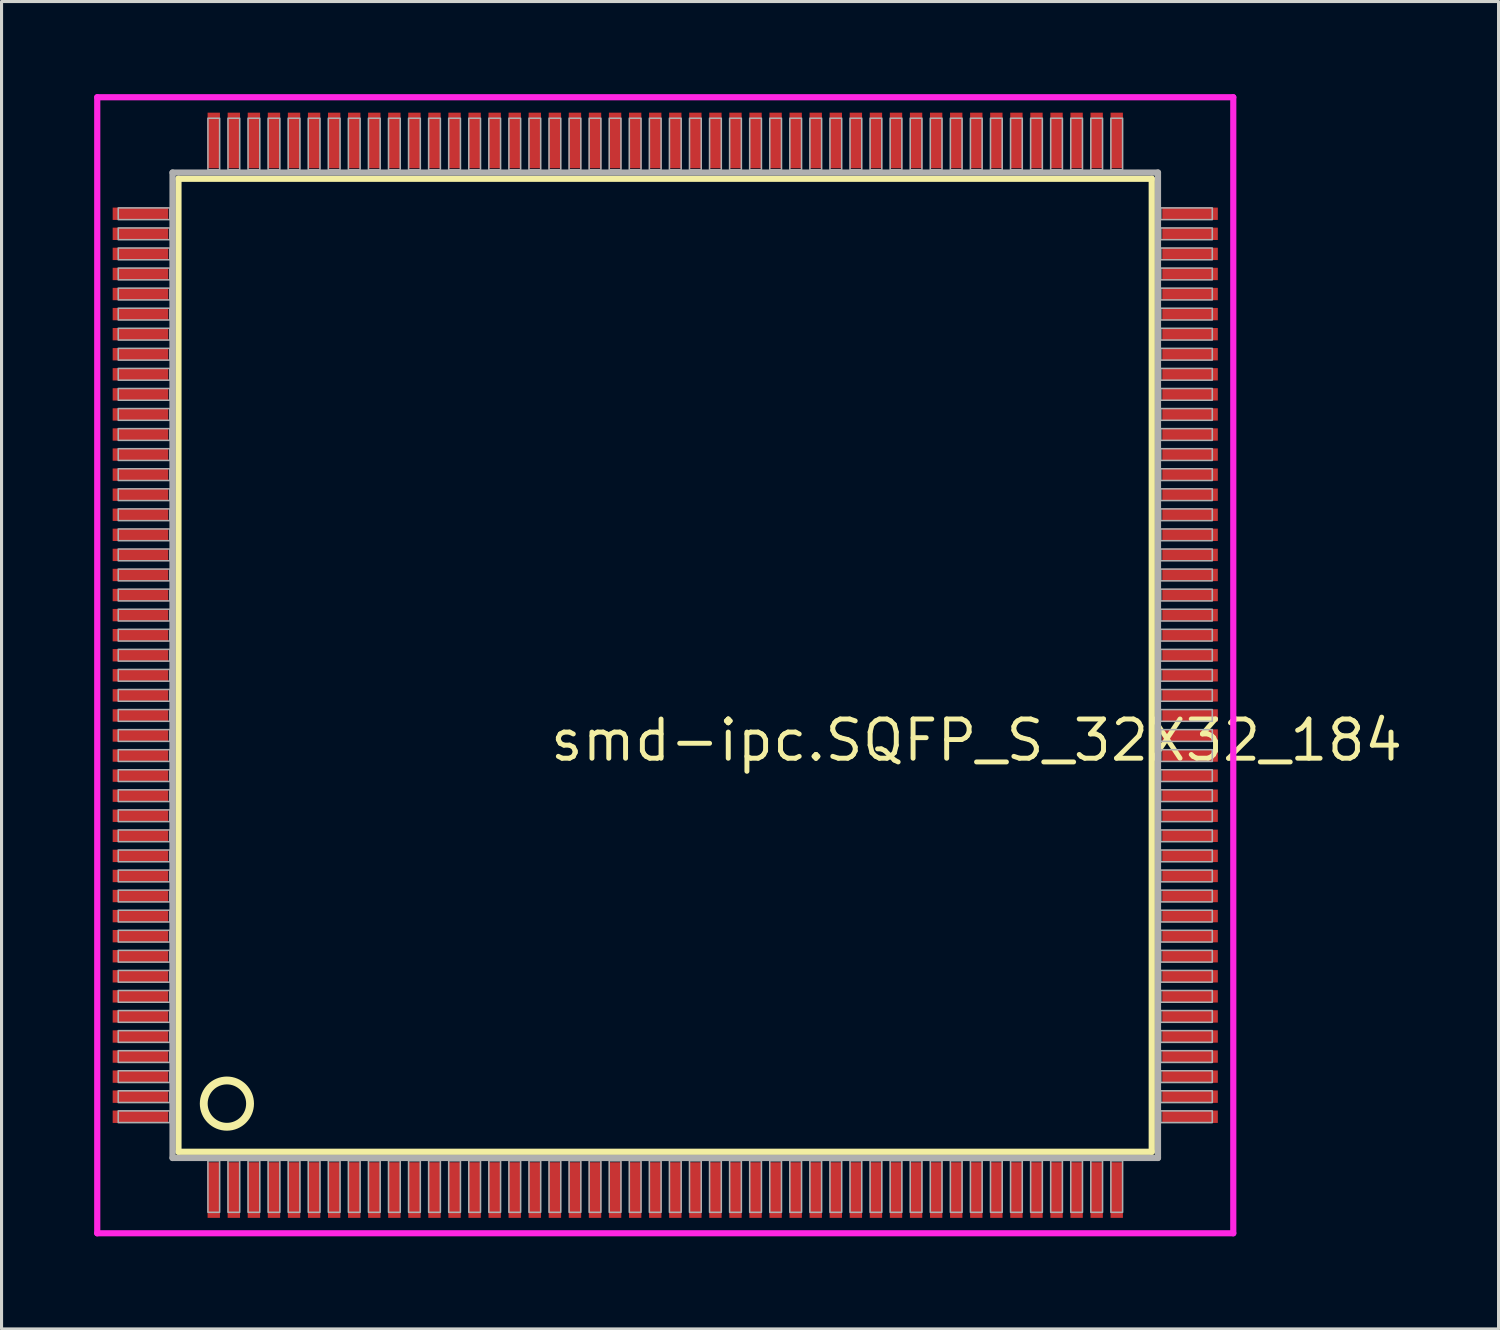
<source format=kicad_pcb>
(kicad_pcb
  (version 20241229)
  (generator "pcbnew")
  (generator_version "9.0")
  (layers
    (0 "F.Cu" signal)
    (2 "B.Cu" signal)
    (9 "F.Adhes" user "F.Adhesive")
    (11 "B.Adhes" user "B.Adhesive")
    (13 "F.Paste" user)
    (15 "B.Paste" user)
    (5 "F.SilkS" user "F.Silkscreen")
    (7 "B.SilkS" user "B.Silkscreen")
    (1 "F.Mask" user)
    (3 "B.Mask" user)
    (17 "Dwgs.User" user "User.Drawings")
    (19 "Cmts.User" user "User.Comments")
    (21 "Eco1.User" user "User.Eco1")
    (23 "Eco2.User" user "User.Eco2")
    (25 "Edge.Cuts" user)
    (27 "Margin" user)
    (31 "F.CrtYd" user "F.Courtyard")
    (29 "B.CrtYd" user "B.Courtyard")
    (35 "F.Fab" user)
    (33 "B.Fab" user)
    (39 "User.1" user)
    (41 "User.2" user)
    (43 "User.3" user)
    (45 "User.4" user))
  (footprint "smd-ipc.SQFP_S_32X32_184"
    (layer "F.Cu")
    (at 18.5 18.5)
    (property "Reference" "smd-ipc.SQFP_S_32X32_184" (at -3.81 3.175 0) (layer "F.SilkS") (effects (font (size 1.27 1.27) (thickness 0.16)) (justify left bottom)))
    (attr smd)
    (fp_line (start -15.77 -15.76) (end 15.76 -15.76) (stroke (width 0.203) (type default)) (layer "F.SilkS"))
    (fp_line (start -15.77 15.76) (end -15.77 -15.76) (stroke (width 0.203) (type default)) (layer "F.SilkS"))
    (fp_line (start 15.76 -15.76) (end 15.76 15.76) (stroke (width 0.203) (type default)) (layer "F.SilkS"))
    (fp_line (start 15.76 15.76) (end -15.77 15.76) (stroke (width 0.203) (type default)) (layer "F.SilkS"))
    (fp_circle (center -14.2 14.2) (end -13.45 14.2) (stroke (width 0.254) (type default)) (fill no) (layer "F.SilkS"))
    (fp_line (start -18.4 -18.4) (end 18.4 -18.4) (stroke (width 0.2) (type default)) (layer "F.CrtYd"))
    (fp_line (start -18.4 18.4) (end -18.4 -18.4) (stroke (width 0.2) (type default)) (layer "F.CrtYd"))
    (fp_line (start 18.4 -18.4) (end 18.4 18.4) (stroke (width 0.2) (type default)) (layer "F.CrtYd"))
    (fp_line (start 18.4 18.4) (end -18.4 18.4) (stroke (width 0.2) (type default)) (layer "F.CrtYd"))
    (fp_line (start -15.96 -15.96) (end -15.96 15.96) (stroke (width 0.203) (type default)) (layer "F.Fab"))
    (fp_line (start -15.96 15.96) (end 15.96 15.96) (stroke (width 0.203) (type default)) (layer "F.Fab"))
    (fp_line (start 15.96 -15.96) (end -15.96 -15.96) (stroke (width 0.203) (type default)) (layer "F.Fab"))
    (fp_line (start 15.96 15.96) (end 15.96 -15.96) (stroke (width 0.203) (type default)) (layer "F.Fab"))
    (fp_rect (start -17.72 -14.435) (end -16.05 -14.815) (stroke (width 0.05) (type default)) (fill no) (layer "F.Fab"))
    (fp_rect (start -17.72 -13.785) (end -16.05 -14.165) (stroke (width 0.05) (type default)) (fill no) (layer "F.Fab"))
    (fp_rect (start -17.72 -13.135) (end -16.05 -13.515) (stroke (width 0.05) (type default)) (fill no) (layer "F.Fab"))
    (fp_rect (start -17.72 -12.485) (end -16.05 -12.865) (stroke (width 0.05) (type default)) (fill no) (layer "F.Fab"))
    (fp_rect (start -17.72 -11.835) (end -16.05 -12.215) (stroke (width 0.05) (type default)) (fill no) (layer "F.Fab"))
    (fp_rect (start -17.72 -11.185) (end -16.05 -11.565) (stroke (width 0.05) (type default)) (fill no) (layer "F.Fab"))
    (fp_rect (start -17.72 -10.535) (end -16.05 -10.915) (stroke (width 0.05) (type default)) (fill no) (layer "F.Fab"))
    (fp_rect (start -17.72 -9.885) (end -16.05 -10.265) (stroke (width 0.05) (type default)) (fill no) (layer "F.Fab"))
    (fp_rect (start -17.72 -9.235) (end -16.05 -9.615) (stroke (width 0.05) (type default)) (fill no) (layer "F.Fab"))
    (fp_rect (start -17.72 -8.585) (end -16.05 -8.965) (stroke (width 0.05) (type default)) (fill no) (layer "F.Fab"))
    (fp_rect (start -17.72 -7.935) (end -16.05 -8.315) (stroke (width 0.05) (type default)) (fill no) (layer "F.Fab"))
    (fp_rect (start -17.72 -7.285) (end -16.05 -7.665) (stroke (width 0.05) (type default)) (fill no) (layer "F.Fab"))
    (fp_rect (start -17.72 -6.635) (end -16.05 -7.015) (stroke (width 0.05) (type default)) (fill no) (layer "F.Fab"))
    (fp_rect (start -17.72 -5.985) (end -16.05 -6.365) (stroke (width 0.05) (type default)) (fill no) (layer "F.Fab"))
    (fp_rect (start -17.72 -5.335) (end -16.05 -5.715) (stroke (width 0.05) (type default)) (fill no) (layer "F.Fab"))
    (fp_rect (start -17.72 -4.685) (end -16.05 -5.065) (stroke (width 0.05) (type default)) (fill no) (layer "F.Fab"))
    (fp_rect (start -17.72 -4.035) (end -16.05 -4.415) (stroke (width 0.05) (type default)) (fill no) (layer "F.Fab"))
    (fp_rect (start -17.72 -3.385) (end -16.05 -3.765) (stroke (width 0.05) (type default)) (fill no) (layer "F.Fab"))
    (fp_rect (start -17.72 -2.735) (end -16.05 -3.115) (stroke (width 0.05) (type default)) (fill no) (layer "F.Fab"))
    (fp_rect (start -17.72 -2.085) (end -16.05 -2.465) (stroke (width 0.05) (type default)) (fill no) (layer "F.Fab"))
    (fp_rect (start -17.72 -1.435) (end -16.05 -1.815) (stroke (width 0.05) (type default)) (fill no) (layer "F.Fab"))
    (fp_rect (start -17.72 -0.785) (end -16.05 -1.165) (stroke (width 0.05) (type default)) (fill no) (layer "F.Fab"))
    (fp_rect (start -17.72 -0.135) (end -16.05 -0.515) (stroke (width 0.05) (type default)) (fill no) (layer "F.Fab"))
    (fp_rect (start -17.72 0.515) (end -16.05 0.135) (stroke (width 0.05) (type default)) (fill no) (layer "F.Fab"))
    (fp_rect (start -17.72 1.165) (end -16.05 0.785) (stroke (width 0.05) (type default)) (fill no) (layer "F.Fab"))
    (fp_rect (start -17.72 1.815) (end -16.05 1.435) (stroke (width 0.05) (type default)) (fill no) (layer "F.Fab"))
    (fp_rect (start -17.72 2.465) (end -16.05 2.085) (stroke (width 0.05) (type default)) (fill no) (layer "F.Fab"))
    (fp_rect (start -17.72 3.115) (end -16.05 2.735) (stroke (width 0.05) (type default)) (fill no) (layer "F.Fab"))
    (fp_rect (start -17.72 3.765) (end -16.05 3.385) (stroke (width 0.05) (type default)) (fill no) (layer "F.Fab"))
    (fp_rect (start -17.72 4.415) (end -16.05 4.035) (stroke (width 0.05) (type default)) (fill no) (layer "F.Fab"))
    (fp_rect (start -17.72 5.065) (end -16.05 4.685) (stroke (width 0.05) (type default)) (fill no) (layer "F.Fab"))
    (fp_rect (start -17.72 5.715) (end -16.05 5.335) (stroke (width 0.05) (type default)) (fill no) (layer "F.Fab"))
    (fp_rect (start -17.72 6.365) (end -16.05 5.985) (stroke (width 0.05) (type default)) (fill no) (layer "F.Fab"))
    (fp_rect (start -17.72 7.015) (end -16.05 6.635) (stroke (width 0.05) (type default)) (fill no) (layer "F.Fab"))
    (fp_rect (start -17.72 7.665) (end -16.05 7.285) (stroke (width 0.05) (type default)) (fill no) (layer "F.Fab"))
    (fp_rect (start -17.72 8.315) (end -16.05 7.935) (stroke (width 0.05) (type default)) (fill no) (layer "F.Fab"))
    (fp_rect (start -17.72 8.965) (end -16.05 8.585) (stroke (width 0.05) (type default)) (fill no) (layer "F.Fab"))
    (fp_rect (start -17.72 9.615) (end -16.05 9.235) (stroke (width 0.05) (type default)) (fill no) (layer "F.Fab"))
    (fp_rect (start -17.72 10.265) (end -16.05 9.885) (stroke (width 0.05) (type default)) (fill no) (layer "F.Fab"))
    (fp_rect (start -17.72 10.915) (end -16.05 10.535) (stroke (width 0.05) (type default)) (fill no) (layer "F.Fab"))
    (fp_rect (start -17.72 11.565) (end -16.05 11.185) (stroke (width 0.05) (type default)) (fill no) (layer "F.Fab"))
    (fp_rect (start -17.72 12.215) (end -16.05 11.835) (stroke (width 0.05) (type default)) (fill no) (layer "F.Fab"))
    (fp_rect (start -17.72 12.865) (end -16.05 12.485) (stroke (width 0.05) (type default)) (fill no) (layer "F.Fab"))
    (fp_rect (start -17.72 13.515) (end -16.05 13.135) (stroke (width 0.05) (type default)) (fill no) (layer "F.Fab"))
    (fp_rect (start -17.72 14.165) (end -16.05 13.785) (stroke (width 0.05) (type default)) (fill no) (layer "F.Fab"))
    (fp_rect (start -17.72 14.815) (end -16.05 14.435) (stroke (width 0.05) (type default)) (fill no) (layer "F.Fab"))
    (fp_rect (start -14.815 -16.05) (end -14.435 -17.72) (stroke (width 0.05) (type default)) (fill no) (layer "F.Fab"))
    (fp_rect (start -14.815 17.72) (end -14.435 16.05) (stroke (width 0.05) (type default)) (fill no) (layer "F.Fab"))
    (fp_rect (start -14.165 -16.05) (end -13.785 -17.72) (stroke (width 0.05) (type default)) (fill no) (layer "F.Fab"))
    (fp_rect (start -14.165 17.72) (end -13.785 16.05) (stroke (width 0.05) (type default)) (fill no) (layer "F.Fab"))
    (fp_rect (start -13.515 -16.05) (end -13.135 -17.72) (stroke (width 0.05) (type default)) (fill no) (layer "F.Fab"))
    (fp_rect (start -13.515 17.72) (end -13.135 16.05) (stroke (width 0.05) (type default)) (fill no) (layer "F.Fab"))
    (fp_rect (start -12.865 -16.05) (end -12.485 -17.72) (stroke (width 0.05) (type default)) (fill no) (layer "F.Fab"))
    (fp_rect (start -12.865 17.72) (end -12.485 16.05) (stroke (width 0.05) (type default)) (fill no) (layer "F.Fab"))
    (fp_rect (start -12.215 -16.05) (end -11.835 -17.72) (stroke (width 0.05) (type default)) (fill no) (layer "F.Fab"))
    (fp_rect (start -12.215 17.72) (end -11.835 16.05) (stroke (width 0.05) (type default)) (fill no) (layer "F.Fab"))
    (fp_rect (start -11.565 -16.05) (end -11.185 -17.72) (stroke (width 0.05) (type default)) (fill no) (layer "F.Fab"))
    (fp_rect (start -11.565 17.72) (end -11.185 16.05) (stroke (width 0.05) (type default)) (fill no) (layer "F.Fab"))
    (fp_rect (start -10.915 -16.05) (end -10.535 -17.72) (stroke (width 0.05) (type default)) (fill no) (layer "F.Fab"))
    (fp_rect (start -10.915 17.72) (end -10.535 16.05) (stroke (width 0.05) (type default)) (fill no) (layer "F.Fab"))
    (fp_rect (start -10.265 -16.05) (end -9.885 -17.72) (stroke (width 0.05) (type default)) (fill no) (layer "F.Fab"))
    (fp_rect (start -10.265 17.72) (end -9.885 16.05) (stroke (width 0.05) (type default)) (fill no) (layer "F.Fab"))
    (fp_rect (start -9.615 -16.05) (end -9.235 -17.72) (stroke (width 0.05) (type default)) (fill no) (layer "F.Fab"))
    (fp_rect (start -9.615 17.72) (end -9.235 16.05) (stroke (width 0.05) (type default)) (fill no) (layer "F.Fab"))
    (fp_rect (start -8.965 -16.05) (end -8.585 -17.72) (stroke (width 0.05) (type default)) (fill no) (layer "F.Fab"))
    (fp_rect (start -8.965 17.72) (end -8.585 16.05) (stroke (width 0.05) (type default)) (fill no) (layer "F.Fab"))
    (fp_rect (start -8.315 -16.05) (end -7.935 -17.72) (stroke (width 0.05) (type default)) (fill no) (layer "F.Fab"))
    (fp_rect (start -8.315 17.72) (end -7.935 16.05) (stroke (width 0.05) (type default)) (fill no) (layer "F.Fab"))
    (fp_rect (start -7.665 -16.05) (end -7.285 -17.72) (stroke (width 0.05) (type default)) (fill no) (layer "F.Fab"))
    (fp_rect (start -7.665 17.72) (end -7.285 16.05) (stroke (width 0.05) (type default)) (fill no) (layer "F.Fab"))
    (fp_rect (start -7.015 -16.05) (end -6.635 -17.72) (stroke (width 0.05) (type default)) (fill no) (layer "F.Fab"))
    (fp_rect (start -7.015 17.72) (end -6.635 16.05) (stroke (width 0.05) (type default)) (fill no) (layer "F.Fab"))
    (fp_rect (start -6.365 -16.05) (end -5.985 -17.72) (stroke (width 0.05) (type default)) (fill no) (layer "F.Fab"))
    (fp_rect (start -6.365 17.72) (end -5.985 16.05) (stroke (width 0.05) (type default)) (fill no) (layer "F.Fab"))
    (fp_rect (start -5.715 -16.05) (end -5.335 -17.72) (stroke (width 0.05) (type default)) (fill no) (layer "F.Fab"))
    (fp_rect (start -5.715 17.72) (end -5.335 16.05) (stroke (width 0.05) (type default)) (fill no) (layer "F.Fab"))
    (fp_rect (start -5.065 -16.05) (end -4.685 -17.72) (stroke (width 0.05) (type default)) (fill no) (layer "F.Fab"))
    (fp_rect (start -5.065 17.72) (end -4.685 16.05) (stroke (width 0.05) (type default)) (fill no) (layer "F.Fab"))
    (fp_rect (start -4.415 -16.05) (end -4.035 -17.72) (stroke (width 0.05) (type default)) (fill no) (layer "F.Fab"))
    (fp_rect (start -4.415 17.72) (end -4.035 16.05) (stroke (width 0.05) (type default)) (fill no) (layer "F.Fab"))
    (fp_rect (start -3.765 -16.05) (end -3.385 -17.72) (stroke (width 0.05) (type default)) (fill no) (layer "F.Fab"))
    (fp_rect (start -3.765 17.72) (end -3.385 16.05) (stroke (width 0.05) (type default)) (fill no) (layer "F.Fab"))
    (fp_rect (start -3.115 -16.05) (end -2.735 -17.72) (stroke (width 0.05) (type default)) (fill no) (layer "F.Fab"))
    (fp_rect (start -3.115 17.72) (end -2.735 16.05) (stroke (width 0.05) (type default)) (fill no) (layer "F.Fab"))
    (fp_rect (start -2.465 -16.05) (end -2.085 -17.72) (stroke (width 0.05) (type default)) (fill no) (layer "F.Fab"))
    (fp_rect (start -2.465 17.72) (end -2.085 16.05) (stroke (width 0.05) (type default)) (fill no) (layer "F.Fab"))
    (fp_rect (start -1.815 -16.05) (end -1.435 -17.72) (stroke (width 0.05) (type default)) (fill no) (layer "F.Fab"))
    (fp_rect (start -1.815 17.72) (end -1.435 16.05) (stroke (width 0.05) (type default)) (fill no) (layer "F.Fab"))
    (fp_rect (start -1.165 -16.05) (end -0.785 -17.72) (stroke (width 0.05) (type default)) (fill no) (layer "F.Fab"))
    (fp_rect (start -1.165 17.72) (end -0.785 16.05) (stroke (width 0.05) (type default)) (fill no) (layer "F.Fab"))
    (fp_rect (start -0.515 -16.05) (end -0.135 -17.72) (stroke (width 0.05) (type default)) (fill no) (layer "F.Fab"))
    (fp_rect (start -0.515 17.72) (end -0.135 16.05) (stroke (width 0.05) (type default)) (fill no) (layer "F.Fab"))
    (fp_rect (start 0.135 -16.05) (end 0.515 -17.72) (stroke (width 0.05) (type default)) (fill no) (layer "F.Fab"))
    (fp_rect (start 0.135 17.72) (end 0.515 16.05) (stroke (width 0.05) (type default)) (fill no) (layer "F.Fab"))
    (fp_rect (start 0.785 -16.05) (end 1.165 -17.72) (stroke (width 0.05) (type default)) (fill no) (layer "F.Fab"))
    (fp_rect (start 0.785 17.72) (end 1.165 16.05) (stroke (width 0.05) (type default)) (fill no) (layer "F.Fab"))
    (fp_rect (start 1.435 -16.05) (end 1.815 -17.72) (stroke (width 0.05) (type default)) (fill no) (layer "F.Fab"))
    (fp_rect (start 1.435 17.72) (end 1.815 16.05) (stroke (width 0.05) (type default)) (fill no) (layer "F.Fab"))
    (fp_rect (start 2.085 -16.05) (end 2.465 -17.72) (stroke (width 0.05) (type default)) (fill no) (layer "F.Fab"))
    (fp_rect (start 2.085 17.72) (end 2.465 16.05) (stroke (width 0.05) (type default)) (fill no) (layer "F.Fab"))
    (fp_rect (start 2.735 -16.05) (end 3.115 -17.72) (stroke (width 0.05) (type default)) (fill no) (layer "F.Fab"))
    (fp_rect (start 2.735 17.72) (end 3.115 16.05) (stroke (width 0.05) (type default)) (fill no) (layer "F.Fab"))
    (fp_rect (start 3.385 -16.05) (end 3.765 -17.72) (stroke (width 0.05) (type default)) (fill no) (layer "F.Fab"))
    (fp_rect (start 3.385 17.72) (end 3.765 16.05) (stroke (width 0.05) (type default)) (fill no) (layer "F.Fab"))
    (fp_rect (start 4.035 -16.05) (end 4.415 -17.72) (stroke (width 0.05) (type default)) (fill no) (layer "F.Fab"))
    (fp_rect (start 4.035 17.72) (end 4.415 16.05) (stroke (width 0.05) (type default)) (fill no) (layer "F.Fab"))
    (fp_rect (start 4.685 -16.05) (end 5.065 -17.72) (stroke (width 0.05) (type default)) (fill no) (layer "F.Fab"))
    (fp_rect (start 4.685 17.72) (end 5.065 16.05) (stroke (width 0.05) (type default)) (fill no) (layer "F.Fab"))
    (fp_rect (start 5.335 -16.05) (end 5.715 -17.72) (stroke (width 0.05) (type default)) (fill no) (layer "F.Fab"))
    (fp_rect (start 5.335 17.72) (end 5.715 16.05) (stroke (width 0.05) (type default)) (fill no) (layer "F.Fab"))
    (fp_rect (start 5.985 -16.05) (end 6.365 -17.72) (stroke (width 0.05) (type default)) (fill no) (layer "F.Fab"))
    (fp_rect (start 5.985 17.72) (end 6.365 16.05) (stroke (width 0.05) (type default)) (fill no) (layer "F.Fab"))
    (fp_rect (start 6.635 -16.05) (end 7.015 -17.72) (stroke (width 0.05) (type default)) (fill no) (layer "F.Fab"))
    (fp_rect (start 6.635 17.72) (end 7.015 16.05) (stroke (width 0.05) (type default)) (fill no) (layer "F.Fab"))
    (fp_rect (start 7.285 -16.05) (end 7.665 -17.72) (stroke (width 0.05) (type default)) (fill no) (layer "F.Fab"))
    (fp_rect (start 7.285 17.72) (end 7.665 16.05) (stroke (width 0.05) (type default)) (fill no) (layer "F.Fab"))
    (fp_rect (start 7.935 -16.05) (end 8.315 -17.72) (stroke (width 0.05) (type default)) (fill no) (layer "F.Fab"))
    (fp_rect (start 7.935 17.72) (end 8.315 16.05) (stroke (width 0.05) (type default)) (fill no) (layer "F.Fab"))
    (fp_rect (start 8.585 -16.05) (end 8.965 -17.72) (stroke (width 0.05) (type default)) (fill no) (layer "F.Fab"))
    (fp_rect (start 8.585 17.72) (end 8.965 16.05) (stroke (width 0.05) (type default)) (fill no) (layer "F.Fab"))
    (fp_rect (start 9.235 -16.05) (end 9.615 -17.72) (stroke (width 0.05) (type default)) (fill no) (layer "F.Fab"))
    (fp_rect (start 9.235 17.72) (end 9.615 16.05) (stroke (width 0.05) (type default)) (fill no) (layer "F.Fab"))
    (fp_rect (start 9.885 -16.05) (end 10.265 -17.72) (stroke (width 0.05) (type default)) (fill no) (layer "F.Fab"))
    (fp_rect (start 9.885 17.72) (end 10.265 16.05) (stroke (width 0.05) (type default)) (fill no) (layer "F.Fab"))
    (fp_rect (start 10.535 -16.05) (end 10.915 -17.72) (stroke (width 0.05) (type default)) (fill no) (layer "F.Fab"))
    (fp_rect (start 10.535 17.72) (end 10.915 16.05) (stroke (width 0.05) (type default)) (fill no) (layer "F.Fab"))
    (fp_rect (start 11.185 -16.05) (end 11.565 -17.72) (stroke (width 0.05) (type default)) (fill no) (layer "F.Fab"))
    (fp_rect (start 11.185 17.72) (end 11.565 16.05) (stroke (width 0.05) (type default)) (fill no) (layer "F.Fab"))
    (fp_rect (start 11.835 -16.05) (end 12.215 -17.72) (stroke (width 0.05) (type default)) (fill no) (layer "F.Fab"))
    (fp_rect (start 11.835 17.72) (end 12.215 16.05) (stroke (width 0.05) (type default)) (fill no) (layer "F.Fab"))
    (fp_rect (start 12.485 -16.05) (end 12.865 -17.72) (stroke (width 0.05) (type default)) (fill no) (layer "F.Fab"))
    (fp_rect (start 12.485 17.72) (end 12.865 16.05) (stroke (width 0.05) (type default)) (fill no) (layer "F.Fab"))
    (fp_rect (start 13.135 -16.05) (end 13.515 -17.72) (stroke (width 0.05) (type default)) (fill no) (layer "F.Fab"))
    (fp_rect (start 13.135 17.72) (end 13.515 16.05) (stroke (width 0.05) (type default)) (fill no) (layer "F.Fab"))
    (fp_rect (start 13.785 -16.05) (end 14.165 -17.72) (stroke (width 0.05) (type default)) (fill no) (layer "F.Fab"))
    (fp_rect (start 13.785 17.72) (end 14.165 16.05) (stroke (width 0.05) (type default)) (fill no) (layer "F.Fab"))
    (fp_rect (start 14.435 -16.05) (end 14.815 -17.72) (stroke (width 0.05) (type default)) (fill no) (layer "F.Fab"))
    (fp_rect (start 14.435 17.72) (end 14.815 16.05) (stroke (width 0.05) (type default)) (fill no) (layer "F.Fab"))
    (fp_rect (start 16.05 -14.435) (end 17.72 -14.815) (stroke (width 0.05) (type default)) (fill no) (layer "F.Fab"))
    (fp_rect (start 16.05 -13.785) (end 17.72 -14.165) (stroke (width 0.05) (type default)) (fill no) (layer "F.Fab"))
    (fp_rect (start 16.05 -13.135) (end 17.72 -13.515) (stroke (width 0.05) (type default)) (fill no) (layer "F.Fab"))
    (fp_rect (start 16.05 -12.485) (end 17.72 -12.865) (stroke (width 0.05) (type default)) (fill no) (layer "F.Fab"))
    (fp_rect (start 16.05 -11.835) (end 17.72 -12.215) (stroke (width 0.05) (type default)) (fill no) (layer "F.Fab"))
    (fp_rect (start 16.05 -11.185) (end 17.72 -11.565) (stroke (width 0.05) (type default)) (fill no) (layer "F.Fab"))
    (fp_rect (start 16.05 -10.535) (end 17.72 -10.915) (stroke (width 0.05) (type default)) (fill no) (layer "F.Fab"))
    (fp_rect (start 16.05 -9.885) (end 17.72 -10.265) (stroke (width 0.05) (type default)) (fill no) (layer "F.Fab"))
    (fp_rect (start 16.05 -9.235) (end 17.72 -9.615) (stroke (width 0.05) (type default)) (fill no) (layer "F.Fab"))
    (fp_rect (start 16.05 -8.585) (end 17.72 -8.965) (stroke (width 0.05) (type default)) (fill no) (layer "F.Fab"))
    (fp_rect (start 16.05 -7.935) (end 17.72 -8.315) (stroke (width 0.05) (type default)) (fill no) (layer "F.Fab"))
    (fp_rect (start 16.05 -7.285) (end 17.72 -7.665) (stroke (width 0.05) (type default)) (fill no) (layer "F.Fab"))
    (fp_rect (start 16.05 -6.635) (end 17.72 -7.015) (stroke (width 0.05) (type default)) (fill no) (layer "F.Fab"))
    (fp_rect (start 16.05 -5.985) (end 17.72 -6.365) (stroke (width 0.05) (type default)) (fill no) (layer "F.Fab"))
    (fp_rect (start 16.05 -5.335) (end 17.72 -5.715) (stroke (width 0.05) (type default)) (fill no) (layer "F.Fab"))
    (fp_rect (start 16.05 -4.685) (end 17.72 -5.065) (stroke (width 0.05) (type default)) (fill no) (layer "F.Fab"))
    (fp_rect (start 16.05 -4.035) (end 17.72 -4.415) (stroke (width 0.05) (type default)) (fill no) (layer "F.Fab"))
    (fp_rect (start 16.05 -3.385) (end 17.72 -3.765) (stroke (width 0.05) (type default)) (fill no) (layer "F.Fab"))
    (fp_rect (start 16.05 -2.735) (end 17.72 -3.115) (stroke (width 0.05) (type default)) (fill no) (layer "F.Fab"))
    (fp_rect (start 16.05 -2.085) (end 17.72 -2.465) (stroke (width 0.05) (type default)) (fill no) (layer "F.Fab"))
    (fp_rect (start 16.05 -1.435) (end 17.72 -1.815) (stroke (width 0.05) (type default)) (fill no) (layer "F.Fab"))
    (fp_rect (start 16.05 -0.785) (end 17.72 -1.165) (stroke (width 0.05) (type default)) (fill no) (layer "F.Fab"))
    (fp_rect (start 16.05 -0.135) (end 17.72 -0.515) (stroke (width 0.05) (type default)) (fill no) (layer "F.Fab"))
    (fp_rect (start 16.05 0.515) (end 17.72 0.135) (stroke (width 0.05) (type default)) (fill no) (layer "F.Fab"))
    (fp_rect (start 16.05 1.165) (end 17.72 0.785) (stroke (width 0.05) (type default)) (fill no) (layer "F.Fab"))
    (fp_rect (start 16.05 1.815) (end 17.72 1.435) (stroke (width 0.05) (type default)) (fill no) (layer "F.Fab"))
    (fp_rect (start 16.05 2.465) (end 17.72 2.085) (stroke (width 0.05) (type default)) (fill no) (layer "F.Fab"))
    (fp_rect (start 16.05 3.115) (end 17.72 2.735) (stroke (width 0.05) (type default)) (fill no) (layer "F.Fab"))
    (fp_rect (start 16.05 3.765) (end 17.72 3.385) (stroke (width 0.05) (type default)) (fill no) (layer "F.Fab"))
    (fp_rect (start 16.05 4.415) (end 17.72 4.035) (stroke (width 0.05) (type default)) (fill no) (layer "F.Fab"))
    (fp_rect (start 16.05 5.065) (end 17.72 4.685) (stroke (width 0.05) (type default)) (fill no) (layer "F.Fab"))
    (fp_rect (start 16.05 5.715) (end 17.72 5.335) (stroke (width 0.05) (type default)) (fill no) (layer "F.Fab"))
    (fp_rect (start 16.05 6.365) (end 17.72 5.985) (stroke (width 0.05) (type default)) (fill no) (layer "F.Fab"))
    (fp_rect (start 16.05 7.015) (end 17.72 6.635) (stroke (width 0.05) (type default)) (fill no) (layer "F.Fab"))
    (fp_rect (start 16.05 7.665) (end 17.72 7.285) (stroke (width 0.05) (type default)) (fill no) (layer "F.Fab"))
    (fp_rect (start 16.05 8.315) (end 17.72 7.935) (stroke (width 0.05) (type default)) (fill no) (layer "F.Fab"))
    (fp_rect (start 16.05 8.965) (end 17.72 8.585) (stroke (width 0.05) (type default)) (fill no) (layer "F.Fab"))
    (fp_rect (start 16.05 9.615) (end 17.72 9.235) (stroke (width 0.05) (type default)) (fill no) (layer "F.Fab"))
    (fp_rect (start 16.05 10.265) (end 17.72 9.885) (stroke (width 0.05) (type default)) (fill no) (layer "F.Fab"))
    (fp_rect (start 16.05 10.915) (end 17.72 10.535) (stroke (width 0.05) (type default)) (fill no) (layer "F.Fab"))
    (fp_rect (start 16.05 11.565) (end 17.72 11.185) (stroke (width 0.05) (type default)) (fill no) (layer "F.Fab"))
    (fp_rect (start 16.05 12.215) (end 17.72 11.835) (stroke (width 0.05) (type default)) (fill no) (layer "F.Fab"))
    (fp_rect (start 16.05 12.865) (end 17.72 12.485) (stroke (width 0.05) (type default)) (fill no) (layer "F.Fab"))
    (fp_rect (start 16.05 13.515) (end 17.72 13.135) (stroke (width 0.05) (type default)) (fill no) (layer "F.Fab"))
    (fp_rect (start 16.05 14.165) (end 17.72 13.785) (stroke (width 0.05) (type default)) (fill no) (layer "F.Fab"))
    (fp_rect (start 16.05 14.815) (end 17.72 14.435) (stroke (width 0.05) (type default)) (fill no) (layer "F.Fab"))
    (pad "1" smd roundrect (at -14.625 17) (size 0.4 1.8) (layers "F.Cu" "F.Mask" "F.Paste") (roundrect_rratio 0.01))
    (pad "2" smd roundrect (at -13.975 17) (size 0.4 1.8) (layers "F.Cu" "F.Mask" "F.Paste") (roundrect_rratio 0.01))
    (pad "3" smd roundrect (at -13.325 17) (size 0.4 1.8) (layers "F.Cu" "F.Mask" "F.Paste") (roundrect_rratio 0.01))
    (pad "4" smd roundrect (at -12.675 17) (size 0.4 1.8) (layers "F.Cu" "F.Mask" "F.Paste") (roundrect_rratio 0.01))
    (pad "5" smd roundrect (at -12.025 17) (size 0.4 1.8) (layers "F.Cu" "F.Mask" "F.Paste") (roundrect_rratio 0.01))
    (pad "6" smd roundrect (at -11.375 17) (size 0.4 1.8) (layers "F.Cu" "F.Mask" "F.Paste") (roundrect_rratio 0.01))
    (pad "7" smd roundrect (at -10.725 17) (size 0.4 1.8) (layers "F.Cu" "F.Mask" "F.Paste") (roundrect_rratio 0.01))
    (pad "8" smd roundrect (at -10.075 17) (size 0.4 1.8) (layers "F.Cu" "F.Mask" "F.Paste") (roundrect_rratio 0.01))
    (pad "9" smd roundrect (at -9.425 17) (size 0.4 1.8) (layers "F.Cu" "F.Mask" "F.Paste") (roundrect_rratio 0.01))
    (pad "10" smd roundrect (at -8.775 17) (size 0.4 1.8) (layers "F.Cu" "F.Mask" "F.Paste") (roundrect_rratio 0.01))
    (pad "11" smd roundrect (at -8.125 17) (size 0.4 1.8) (layers "F.Cu" "F.Mask" "F.Paste") (roundrect_rratio 0.01))
    (pad "12" smd roundrect (at -7.475 17) (size 0.4 1.8) (layers "F.Cu" "F.Mask" "F.Paste") (roundrect_rratio 0.01))
    (pad "13" smd roundrect (at -6.825 17) (size 0.4 1.8) (layers "F.Cu" "F.Mask" "F.Paste") (roundrect_rratio 0.01))
    (pad "14" smd roundrect (at -6.175 17) (size 0.4 1.8) (layers "F.Cu" "F.Mask" "F.Paste") (roundrect_rratio 0.01))
    (pad "15" smd roundrect (at -5.525 17) (size 0.4 1.8) (layers "F.Cu" "F.Mask" "F.Paste") (roundrect_rratio 0.01))
    (pad "16" smd roundrect (at -4.875 17) (size 0.4 1.8) (layers "F.Cu" "F.Mask" "F.Paste") (roundrect_rratio 0.01))
    (pad "17" smd roundrect (at -4.225 17) (size 0.4 1.8) (layers "F.Cu" "F.Mask" "F.Paste") (roundrect_rratio 0.01))
    (pad "18" smd roundrect (at -3.575 17) (size 0.4 1.8) (layers "F.Cu" "F.Mask" "F.Paste") (roundrect_rratio 0.01))
    (pad "19" smd roundrect (at -2.925 17) (size 0.4 1.8) (layers "F.Cu" "F.Mask" "F.Paste") (roundrect_rratio 0.01))
    (pad "20" smd roundrect (at -2.275 17) (size 0.4 1.8) (layers "F.Cu" "F.Mask" "F.Paste") (roundrect_rratio 0.01))
    (pad "21" smd roundrect (at -1.625 17) (size 0.4 1.8) (layers "F.Cu" "F.Mask" "F.Paste") (roundrect_rratio 0.01))
    (pad "22" smd roundrect (at -0.975 17) (size 0.4 1.8) (layers "F.Cu" "F.Mask" "F.Paste") (roundrect_rratio 0.01))
    (pad "23" smd roundrect (at -0.325 17) (size 0.4 1.8) (layers "F.Cu" "F.Mask" "F.Paste") (roundrect_rratio 0.01))
    (pad "24" smd roundrect (at 0.325 17) (size 0.4 1.8) (layers "F.Cu" "F.Mask" "F.Paste") (roundrect_rratio 0.01))
    (pad "25" smd roundrect (at 0.975 17) (size 0.4 1.8) (layers "F.Cu" "F.Mask" "F.Paste") (roundrect_rratio 0.01))
    (pad "26" smd roundrect (at 1.625 17) (size 0.4 1.8) (layers "F.Cu" "F.Mask" "F.Paste") (roundrect_rratio 0.01))
    (pad "27" smd roundrect (at 2.275 17) (size 0.4 1.8) (layers "F.Cu" "F.Mask" "F.Paste") (roundrect_rratio 0.01))
    (pad "28" smd roundrect (at 2.925 17) (size 0.4 1.8) (layers "F.Cu" "F.Mask" "F.Paste") (roundrect_rratio 0.01))
    (pad "29" smd roundrect (at 3.575 17) (size 0.4 1.8) (layers "F.Cu" "F.Mask" "F.Paste") (roundrect_rratio 0.01))
    (pad "30" smd roundrect (at 4.225 17) (size 0.4 1.8) (layers "F.Cu" "F.Mask" "F.Paste") (roundrect_rratio 0.01))
    (pad "31" smd roundrect (at 4.875 17) (size 0.4 1.8) (layers "F.Cu" "F.Mask" "F.Paste") (roundrect_rratio 0.01))
    (pad "32" smd roundrect (at 5.525 17) (size 0.4 1.8) (layers "F.Cu" "F.Mask" "F.Paste") (roundrect_rratio 0.01))
    (pad "33" smd roundrect (at 6.175 17) (size 0.4 1.8) (layers "F.Cu" "F.Mask" "F.Paste") (roundrect_rratio 0.01))
    (pad "34" smd roundrect (at 6.825 17) (size 0.4 1.8) (layers "F.Cu" "F.Mask" "F.Paste") (roundrect_rratio 0.01))
    (pad "35" smd roundrect (at 7.475 17) (size 0.4 1.8) (layers "F.Cu" "F.Mask" "F.Paste") (roundrect_rratio 0.01))
    (pad "36" smd roundrect (at 8.125 17) (size 0.4 1.8) (layers "F.Cu" "F.Mask" "F.Paste") (roundrect_rratio 0.01))
    (pad "37" smd roundrect (at 8.775 17) (size 0.4 1.8) (layers "F.Cu" "F.Mask" "F.Paste") (roundrect_rratio 0.01))
    (pad "38" smd roundrect (at 9.425 17) (size 0.4 1.8) (layers "F.Cu" "F.Mask" "F.Paste") (roundrect_rratio 0.01))
    (pad "39" smd roundrect (at 10.075 17) (size 0.4 1.8) (layers "F.Cu" "F.Mask" "F.Paste") (roundrect_rratio 0.01))
    (pad "40" smd roundrect (at 10.725 17) (size 0.4 1.8) (layers "F.Cu" "F.Mask" "F.Paste") (roundrect_rratio 0.01))
    (pad "41" smd roundrect (at 11.375 17) (size 0.4 1.8) (layers "F.Cu" "F.Mask" "F.Paste") (roundrect_rratio 0.01))
    (pad "42" smd roundrect (at 12.025 17) (size 0.4 1.8) (layers "F.Cu" "F.Mask" "F.Paste") (roundrect_rratio 0.01))
    (pad "43" smd roundrect (at 12.675 17) (size 0.4 1.8) (layers "F.Cu" "F.Mask" "F.Paste") (roundrect_rratio 0.01))
    (pad "44" smd roundrect (at 13.325 17) (size 0.4 1.8) (layers "F.Cu" "F.Mask" "F.Paste") (roundrect_rratio 0.01))
    (pad "45" smd roundrect (at 13.975 17) (size 0.4 1.8) (layers "F.Cu" "F.Mask" "F.Paste") (roundrect_rratio 0.01))
    (pad "46" smd roundrect (at 14.625 17) (size 0.4 1.8) (layers "F.Cu" "F.Mask" "F.Paste") (roundrect_rratio 0.01))
    (pad "47" smd roundrect (at 17 14.625) (size 1.8 0.4) (layers "F.Cu" "F.Mask" "F.Paste") (roundrect_rratio 0.01))
    (pad "48" smd roundrect (at 17 13.975) (size 1.8 0.4) (layers "F.Cu" "F.Mask" "F.Paste") (roundrect_rratio 0.01))
    (pad "49" smd roundrect (at 17 13.325) (size 1.8 0.4) (layers "F.Cu" "F.Mask" "F.Paste") (roundrect_rratio 0.01))
    (pad "50" smd roundrect (at 17 12.675) (size 1.8 0.4) (layers "F.Cu" "F.Mask" "F.Paste") (roundrect_rratio 0.01))
    (pad "51" smd roundrect (at 17 12.025) (size 1.8 0.4) (layers "F.Cu" "F.Mask" "F.Paste") (roundrect_rratio 0.01))
    (pad "52" smd roundrect (at 17 11.375) (size 1.8 0.4) (layers "F.Cu" "F.Mask" "F.Paste") (roundrect_rratio 0.01))
    (pad "53" smd roundrect (at 17 10.725) (size 1.8 0.4) (layers "F.Cu" "F.Mask" "F.Paste") (roundrect_rratio 0.01))
    (pad "54" smd roundrect (at 17 10.075) (size 1.8 0.4) (layers "F.Cu" "F.Mask" "F.Paste") (roundrect_rratio 0.01))
    (pad "55" smd roundrect (at 17 9.425) (size 1.8 0.4) (layers "F.Cu" "F.Mask" "F.Paste") (roundrect_rratio 0.01))
    (pad "56" smd roundrect (at 17 8.775) (size 1.8 0.4) (layers "F.Cu" "F.Mask" "F.Paste") (roundrect_rratio 0.01))
    (pad "57" smd roundrect (at 17 8.125) (size 1.8 0.4) (layers "F.Cu" "F.Mask" "F.Paste") (roundrect_rratio 0.01))
    (pad "58" smd roundrect (at 17 7.475) (size 1.8 0.4) (layers "F.Cu" "F.Mask" "F.Paste") (roundrect_rratio 0.01))
    (pad "59" smd roundrect (at 17 6.825) (size 1.8 0.4) (layers "F.Cu" "F.Mask" "F.Paste") (roundrect_rratio 0.01))
    (pad "60" smd roundrect (at 17 6.175) (size 1.8 0.4) (layers "F.Cu" "F.Mask" "F.Paste") (roundrect_rratio 0.01))
    (pad "61" smd roundrect (at 17 5.525) (size 1.8 0.4) (layers "F.Cu" "F.Mask" "F.Paste") (roundrect_rratio 0.01))
    (pad "62" smd roundrect (at 17 4.875) (size 1.8 0.4) (layers "F.Cu" "F.Mask" "F.Paste") (roundrect_rratio 0.01))
    (pad "63" smd roundrect (at 17 4.225) (size 1.8 0.4) (layers "F.Cu" "F.Mask" "F.Paste") (roundrect_rratio 0.01))
    (pad "64" smd roundrect (at 17 3.575) (size 1.8 0.4) (layers "F.Cu" "F.Mask" "F.Paste") (roundrect_rratio 0.01))
    (pad "65" smd roundrect (at 17 2.925) (size 1.8 0.4) (layers "F.Cu" "F.Mask" "F.Paste") (roundrect_rratio 0.01))
    (pad "66" smd roundrect (at 17 2.275) (size 1.8 0.4) (layers "F.Cu" "F.Mask" "F.Paste") (roundrect_rratio 0.01))
    (pad "67" smd roundrect (at 17 1.625) (size 1.8 0.4) (layers "F.Cu" "F.Mask" "F.Paste") (roundrect_rratio 0.01))
    (pad "68" smd roundrect (at 17 0.975) (size 1.8 0.4) (layers "F.Cu" "F.Mask" "F.Paste") (roundrect_rratio 0.01))
    (pad "69" smd roundrect (at 17 0.325) (size 1.8 0.4) (layers "F.Cu" "F.Mask" "F.Paste") (roundrect_rratio 0.01))
    (pad "70" smd roundrect (at 17 -0.325) (size 1.8 0.4) (layers "F.Cu" "F.Mask" "F.Paste") (roundrect_rratio 0.01))
    (pad "71" smd roundrect (at 17 -0.975) (size 1.8 0.4) (layers "F.Cu" "F.Mask" "F.Paste") (roundrect_rratio 0.01))
    (pad "72" smd roundrect (at 17 -1.625) (size 1.8 0.4) (layers "F.Cu" "F.Mask" "F.Paste") (roundrect_rratio 0.01))
    (pad "73" smd roundrect (at 17 -2.275) (size 1.8 0.4) (layers "F.Cu" "F.Mask" "F.Paste") (roundrect_rratio 0.01))
    (pad "74" smd roundrect (at 17 -2.925) (size 1.8 0.4) (layers "F.Cu" "F.Mask" "F.Paste") (roundrect_rratio 0.01))
    (pad "75" smd roundrect (at 17 -3.575) (size 1.8 0.4) (layers "F.Cu" "F.Mask" "F.Paste") (roundrect_rratio 0.01))
    (pad "76" smd roundrect (at 17 -4.225) (size 1.8 0.4) (layers "F.Cu" "F.Mask" "F.Paste") (roundrect_rratio 0.01))
    (pad "77" smd roundrect (at 17 -4.875) (size 1.8 0.4) (layers "F.Cu" "F.Mask" "F.Paste") (roundrect_rratio 0.01))
    (pad "78" smd roundrect (at 17 -5.525) (size 1.8 0.4) (layers "F.Cu" "F.Mask" "F.Paste") (roundrect_rratio 0.01))
    (pad "79" smd roundrect (at 17 -6.175) (size 1.8 0.4) (layers "F.Cu" "F.Mask" "F.Paste") (roundrect_rratio 0.01))
    (pad "80" smd roundrect (at 17 -6.825) (size 1.8 0.4) (layers "F.Cu" "F.Mask" "F.Paste") (roundrect_rratio 0.01))
    (pad "81" smd roundrect (at 17 -7.475) (size 1.8 0.4) (layers "F.Cu" "F.Mask" "F.Paste") (roundrect_rratio 0.01))
    (pad "82" smd roundrect (at 17 -8.125) (size 1.8 0.4) (layers "F.Cu" "F.Mask" "F.Paste") (roundrect_rratio 0.01))
    (pad "83" smd roundrect (at 17 -8.775) (size 1.8 0.4) (layers "F.Cu" "F.Mask" "F.Paste") (roundrect_rratio 0.01))
    (pad "84" smd roundrect (at 17 -9.425) (size 1.8 0.4) (layers "F.Cu" "F.Mask" "F.Paste") (roundrect_rratio 0.01))
    (pad "85" smd roundrect (at 17 -10.075) (size 1.8 0.4) (layers "F.Cu" "F.Mask" "F.Paste") (roundrect_rratio 0.01))
    (pad "86" smd roundrect (at 17 -10.725) (size 1.8 0.4) (layers "F.Cu" "F.Mask" "F.Paste") (roundrect_rratio 0.01))
    (pad "87" smd roundrect (at 17 -11.375) (size 1.8 0.4) (layers "F.Cu" "F.Mask" "F.Paste") (roundrect_rratio 0.01))
    (pad "88" smd roundrect (at 17 -12.025) (size 1.8 0.4) (layers "F.Cu" "F.Mask" "F.Paste") (roundrect_rratio 0.01))
    (pad "89" smd roundrect (at 17 -12.675) (size 1.8 0.4) (layers "F.Cu" "F.Mask" "F.Paste") (roundrect_rratio 0.01))
    (pad "90" smd roundrect (at 17 -13.325) (size 1.8 0.4) (layers "F.Cu" "F.Mask" "F.Paste") (roundrect_rratio 0.01))
    (pad "91" smd roundrect (at 17 -13.975) (size 1.8 0.4) (layers "F.Cu" "F.Mask" "F.Paste") (roundrect_rratio 0.01))
    (pad "92" smd roundrect (at 17 -14.625) (size 1.8 0.4) (layers "F.Cu" "F.Mask" "F.Paste") (roundrect_rratio 0.01))
    (pad "93" smd roundrect (at 14.625 -17) (size 0.4 1.8) (layers "F.Cu" "F.Mask" "F.Paste") (roundrect_rratio 0.01))
    (pad "94" smd roundrect (at 13.975 -17) (size 0.4 1.8) (layers "F.Cu" "F.Mask" "F.Paste") (roundrect_rratio 0.01))
    (pad "95" smd roundrect (at 13.325 -17) (size 0.4 1.8) (layers "F.Cu" "F.Mask" "F.Paste") (roundrect_rratio 0.01))
    (pad "96" smd roundrect (at 12.675 -17) (size 0.4 1.8) (layers "F.Cu" "F.Mask" "F.Paste") (roundrect_rratio 0.01))
    (pad "97" smd roundrect (at 12.025 -17) (size 0.4 1.8) (layers "F.Cu" "F.Mask" "F.Paste") (roundrect_rratio 0.01))
    (pad "98" smd roundrect (at 11.375 -17) (size 0.4 1.8) (layers "F.Cu" "F.Mask" "F.Paste") (roundrect_rratio 0.01))
    (pad "99" smd roundrect (at 10.725 -17) (size 0.4 1.8) (layers "F.Cu" "F.Mask" "F.Paste") (roundrect_rratio 0.01))
    (pad "100" smd roundrect (at 10.075 -17) (size 0.4 1.8) (layers "F.Cu" "F.Mask" "F.Paste") (roundrect_rratio 0.01))
    (pad "101" smd roundrect (at 9.425 -17) (size 0.4 1.8) (layers "F.Cu" "F.Mask" "F.Paste") (roundrect_rratio 0.01))
    (pad "102" smd roundrect (at 8.775 -17) (size 0.4 1.8) (layers "F.Cu" "F.Mask" "F.Paste") (roundrect_rratio 0.01))
    (pad "103" smd roundrect (at 8.125 -17) (size 0.4 1.8) (layers "F.Cu" "F.Mask" "F.Paste") (roundrect_rratio 0.01))
    (pad "104" smd roundrect (at 7.475 -17) (size 0.4 1.8) (layers "F.Cu" "F.Mask" "F.Paste") (roundrect_rratio 0.01))
    (pad "105" smd roundrect (at 6.825 -17) (size 0.4 1.8) (layers "F.Cu" "F.Mask" "F.Paste") (roundrect_rratio 0.01))
    (pad "106" smd roundrect (at 6.175 -17) (size 0.4 1.8) (layers "F.Cu" "F.Mask" "F.Paste") (roundrect_rratio 0.01))
    (pad "107" smd roundrect (at 5.525 -17) (size 0.4 1.8) (layers "F.Cu" "F.Mask" "F.Paste") (roundrect_rratio 0.01))
    (pad "108" smd roundrect (at 4.875 -17) (size 0.4 1.8) (layers "F.Cu" "F.Mask" "F.Paste") (roundrect_rratio 0.01))
    (pad "109" smd roundrect (at 4.225 -17) (size 0.4 1.8) (layers "F.Cu" "F.Mask" "F.Paste") (roundrect_rratio 0.01))
    (pad "110" smd roundrect (at 3.575 -17) (size 0.4 1.8) (layers "F.Cu" "F.Mask" "F.Paste") (roundrect_rratio 0.01))
    (pad "111" smd roundrect (at 2.925 -17) (size 0.4 1.8) (layers "F.Cu" "F.Mask" "F.Paste") (roundrect_rratio 0.01))
    (pad "112" smd roundrect (at 2.275 -17) (size 0.4 1.8) (layers "F.Cu" "F.Mask" "F.Paste") (roundrect_rratio 0.01))
    (pad "113" smd roundrect (at 1.625 -17) (size 0.4 1.8) (layers "F.Cu" "F.Mask" "F.Paste") (roundrect_rratio 0.01))
    (pad "114" smd roundrect (at 0.975 -17) (size 0.4 1.8) (layers "F.Cu" "F.Mask" "F.Paste") (roundrect_rratio 0.01))
    (pad "115" smd roundrect (at 0.325 -17) (size 0.4 1.8) (layers "F.Cu" "F.Mask" "F.Paste") (roundrect_rratio 0.01))
    (pad "116" smd roundrect (at -0.325 -17) (size 0.4 1.8) (layers "F.Cu" "F.Mask" "F.Paste") (roundrect_rratio 0.01))
    (pad "117" smd roundrect (at -0.975 -17) (size 0.4 1.8) (layers "F.Cu" "F.Mask" "F.Paste") (roundrect_rratio 0.01))
    (pad "118" smd roundrect (at -1.625 -17) (size 0.4 1.8) (layers "F.Cu" "F.Mask" "F.Paste") (roundrect_rratio 0.01))
    (pad "119" smd roundrect (at -2.275 -17) (size 0.4 1.8) (layers "F.Cu" "F.Mask" "F.Paste") (roundrect_rratio 0.01))
    (pad "120" smd roundrect (at -2.925 -17) (size 0.4 1.8) (layers "F.Cu" "F.Mask" "F.Paste") (roundrect_rratio 0.01))
    (pad "121" smd roundrect (at -3.575 -17) (size 0.4 1.8) (layers "F.Cu" "F.Mask" "F.Paste") (roundrect_rratio 0.01))
    (pad "122" smd roundrect (at -4.225 -17) (size 0.4 1.8) (layers "F.Cu" "F.Mask" "F.Paste") (roundrect_rratio 0.01))
    (pad "123" smd roundrect (at -4.875 -17) (size 0.4 1.8) (layers "F.Cu" "F.Mask" "F.Paste") (roundrect_rratio 0.01))
    (pad "124" smd roundrect (at -5.525 -17) (size 0.4 1.8) (layers "F.Cu" "F.Mask" "F.Paste") (roundrect_rratio 0.01))
    (pad "125" smd roundrect (at -6.175 -17) (size 0.4 1.8) (layers "F.Cu" "F.Mask" "F.Paste") (roundrect_rratio 0.01))
    (pad "126" smd roundrect (at -6.825 -17) (size 0.4 1.8) (layers "F.Cu" "F.Mask" "F.Paste") (roundrect_rratio 0.01))
    (pad "127" smd roundrect (at -7.475 -17) (size 0.4 1.8) (layers "F.Cu" "F.Mask" "F.Paste") (roundrect_rratio 0.01))
    (pad "128" smd roundrect (at -8.125 -17) (size 0.4 1.8) (layers "F.Cu" "F.Mask" "F.Paste") (roundrect_rratio 0.01))
    (pad "129" smd roundrect (at -8.775 -17) (size 0.4 1.8) (layers "F.Cu" "F.Mask" "F.Paste") (roundrect_rratio 0.01))
    (pad "130" smd roundrect (at -9.425 -17) (size 0.4 1.8) (layers "F.Cu" "F.Mask" "F.Paste") (roundrect_rratio 0.01))
    (pad "131" smd roundrect (at -10.075 -17) (size 0.4 1.8) (layers "F.Cu" "F.Mask" "F.Paste") (roundrect_rratio 0.01))
    (pad "132" smd roundrect (at -10.725 -17) (size 0.4 1.8) (layers "F.Cu" "F.Mask" "F.Paste") (roundrect_rratio 0.01))
    (pad "133" smd roundrect (at -11.375 -17) (size 0.4 1.8) (layers "F.Cu" "F.Mask" "F.Paste") (roundrect_rratio 0.01))
    (pad "134" smd roundrect (at -12.025 -17) (size 0.4 1.8) (layers "F.Cu" "F.Mask" "F.Paste") (roundrect_rratio 0.01))
    (pad "135" smd roundrect (at -12.675 -17) (size 0.4 1.8) (layers "F.Cu" "F.Mask" "F.Paste") (roundrect_rratio 0.01))
    (pad "136" smd roundrect (at -13.325 -17) (size 0.4 1.8) (layers "F.Cu" "F.Mask" "F.Paste") (roundrect_rratio 0.01))
    (pad "137" smd roundrect (at -13.975 -17) (size 0.4 1.8) (layers "F.Cu" "F.Mask" "F.Paste") (roundrect_rratio 0.01))
    (pad "138" smd roundrect (at -14.625 -17) (size 0.4 1.8) (layers "F.Cu" "F.Mask" "F.Paste") (roundrect_rratio 0.01))
    (pad "139" smd roundrect (at -17 -14.625) (size 1.8 0.4) (layers "F.Cu" "F.Mask" "F.Paste") (roundrect_rratio 0.01))
    (pad "140" smd roundrect (at -17 -13.975) (size 1.8 0.4) (layers "F.Cu" "F.Mask" "F.Paste") (roundrect_rratio 0.01))
    (pad "141" smd roundrect (at -17 -13.325) (size 1.8 0.4) (layers "F.Cu" "F.Mask" "F.Paste") (roundrect_rratio 0.01))
    (pad "142" smd roundrect (at -17 -12.675) (size 1.8 0.4) (layers "F.Cu" "F.Mask" "F.Paste") (roundrect_rratio 0.01))
    (pad "143" smd roundrect (at -17 -12.025) (size 1.8 0.4) (layers "F.Cu" "F.Mask" "F.Paste") (roundrect_rratio 0.01))
    (pad "144" smd roundrect (at -17 -11.375) (size 1.8 0.4) (layers "F.Cu" "F.Mask" "F.Paste") (roundrect_rratio 0.01))
    (pad "145" smd roundrect (at -17 -10.725) (size 1.8 0.4) (layers "F.Cu" "F.Mask" "F.Paste") (roundrect_rratio 0.01))
    (pad "146" smd roundrect (at -17 -10.075) (size 1.8 0.4) (layers "F.Cu" "F.Mask" "F.Paste") (roundrect_rratio 0.01))
    (pad "147" smd roundrect (at -17 -9.425) (size 1.8 0.4) (layers "F.Cu" "F.Mask" "F.Paste") (roundrect_rratio 0.01))
    (pad "148" smd roundrect (at -17 -8.775) (size 1.8 0.4) (layers "F.Cu" "F.Mask" "F.Paste") (roundrect_rratio 0.01))
    (pad "149" smd roundrect (at -17 -8.125) (size 1.8 0.4) (layers "F.Cu" "F.Mask" "F.Paste") (roundrect_rratio 0.01))
    (pad "150" smd roundrect (at -17 -7.475) (size 1.8 0.4) (layers "F.Cu" "F.Mask" "F.Paste") (roundrect_rratio 0.01))
    (pad "151" smd roundrect (at -17 -6.825) (size 1.8 0.4) (layers "F.Cu" "F.Mask" "F.Paste") (roundrect_rratio 0.01))
    (pad "152" smd roundrect (at -17 -6.175) (size 1.8 0.4) (layers "F.Cu" "F.Mask" "F.Paste") (roundrect_rratio 0.01))
    (pad "153" smd roundrect (at -17 -5.525) (size 1.8 0.4) (layers "F.Cu" "F.Mask" "F.Paste") (roundrect_rratio 0.01))
    (pad "154" smd roundrect (at -17 -4.875) (size 1.8 0.4) (layers "F.Cu" "F.Mask" "F.Paste") (roundrect_rratio 0.01))
    (pad "155" smd roundrect (at -17 -4.225) (size 1.8 0.4) (layers "F.Cu" "F.Mask" "F.Paste") (roundrect_rratio 0.01))
    (pad "156" smd roundrect (at -17 -3.575) (size 1.8 0.4) (layers "F.Cu" "F.Mask" "F.Paste") (roundrect_rratio 0.01))
    (pad "157" smd roundrect (at -17 -2.925) (size 1.8 0.4) (layers "F.Cu" "F.Mask" "F.Paste") (roundrect_rratio 0.01))
    (pad "158" smd roundrect (at -17 -2.275) (size 1.8 0.4) (layers "F.Cu" "F.Mask" "F.Paste") (roundrect_rratio 0.01))
    (pad "159" smd roundrect (at -17 -1.625) (size 1.8 0.4) (layers "F.Cu" "F.Mask" "F.Paste") (roundrect_rratio 0.01))
    (pad "160" smd roundrect (at -17 -0.975) (size 1.8 0.4) (layers "F.Cu" "F.Mask" "F.Paste") (roundrect_rratio 0.01))
    (pad "161" smd roundrect (at -17 -0.325) (size 1.8 0.4) (layers "F.Cu" "F.Mask" "F.Paste") (roundrect_rratio 0.01))
    (pad "162" smd roundrect (at -17 0.325) (size 1.8 0.4) (layers "F.Cu" "F.Mask" "F.Paste") (roundrect_rratio 0.01))
    (pad "163" smd roundrect (at -17 0.975) (size 1.8 0.4) (layers "F.Cu" "F.Mask" "F.Paste") (roundrect_rratio 0.01))
    (pad "164" smd roundrect (at -17 1.625) (size 1.8 0.4) (layers "F.Cu" "F.Mask" "F.Paste") (roundrect_rratio 0.01))
    (pad "165" smd roundrect (at -17 2.275) (size 1.8 0.4) (layers "F.Cu" "F.Mask" "F.Paste") (roundrect_rratio 0.01))
    (pad "166" smd roundrect (at -17 2.925) (size 1.8 0.4) (layers "F.Cu" "F.Mask" "F.Paste") (roundrect_rratio 0.01))
    (pad "167" smd roundrect (at -17 3.575) (size 1.8 0.4) (layers "F.Cu" "F.Mask" "F.Paste") (roundrect_rratio 0.01))
    (pad "168" smd roundrect (at -17 4.225) (size 1.8 0.4) (layers "F.Cu" "F.Mask" "F.Paste") (roundrect_rratio 0.01))
    (pad "169" smd roundrect (at -17 4.875) (size 1.8 0.4) (layers "F.Cu" "F.Mask" "F.Paste") (roundrect_rratio 0.01))
    (pad "170" smd roundrect (at -17 5.525) (size 1.8 0.4) (layers "F.Cu" "F.Mask" "F.Paste") (roundrect_rratio 0.01))
    (pad "171" smd roundrect (at -17 6.175) (size 1.8 0.4) (layers "F.Cu" "F.Mask" "F.Paste") (roundrect_rratio 0.01))
    (pad "172" smd roundrect (at -17 6.825) (size 1.8 0.4) (layers "F.Cu" "F.Mask" "F.Paste") (roundrect_rratio 0.01))
    (pad "173" smd roundrect (at -17 7.475) (size 1.8 0.4) (layers "F.Cu" "F.Mask" "F.Paste") (roundrect_rratio 0.01))
    (pad "174" smd roundrect (at -17 8.125) (size 1.8 0.4) (layers "F.Cu" "F.Mask" "F.Paste") (roundrect_rratio 0.01))
    (pad "175" smd roundrect (at -17 8.775) (size 1.8 0.4) (layers "F.Cu" "F.Mask" "F.Paste") (roundrect_rratio 0.01))
    (pad "176" smd roundrect (at -17 9.425) (size 1.8 0.4) (layers "F.Cu" "F.Mask" "F.Paste") (roundrect_rratio 0.01))
    (pad "177" smd roundrect (at -17 10.075) (size 1.8 0.4) (layers "F.Cu" "F.Mask" "F.Paste") (roundrect_rratio 0.01))
    (pad "178" smd roundrect (at -17 10.725) (size 1.8 0.4) (layers "F.Cu" "F.Mask" "F.Paste") (roundrect_rratio 0.01))
    (pad "179" smd roundrect (at -17 11.375) (size 1.8 0.4) (layers "F.Cu" "F.Mask" "F.Paste") (roundrect_rratio 0.01))
    (pad "180" smd roundrect (at -17 12.025) (size 1.8 0.4) (layers "F.Cu" "F.Mask" "F.Paste") (roundrect_rratio 0.01))
    (pad "181" smd roundrect (at -17 12.675) (size 1.8 0.4) (layers "F.Cu" "F.Mask" "F.Paste") (roundrect_rratio 0.01))
    (pad "182" smd roundrect (at -17 13.325) (size 1.8 0.4) (layers "F.Cu" "F.Mask" "F.Paste") (roundrect_rratio 0.01))
    (pad "183" smd roundrect (at -17 13.975) (size 1.8 0.4) (layers "F.Cu" "F.Mask" "F.Paste") (roundrect_rratio 0.01))
    (pad "184" smd roundrect (at -17 14.625) (size 1.8 0.4) (layers "F.Cu" "F.Mask" "F.Paste") (roundrect_rratio 0.01)))
  (gr_rect
    (start -3 -3)
    (end 45.493 40)
    (stroke (width 0.1) (type default))
    (fill no)
    (layer "Edge.Cuts")))
</source>
